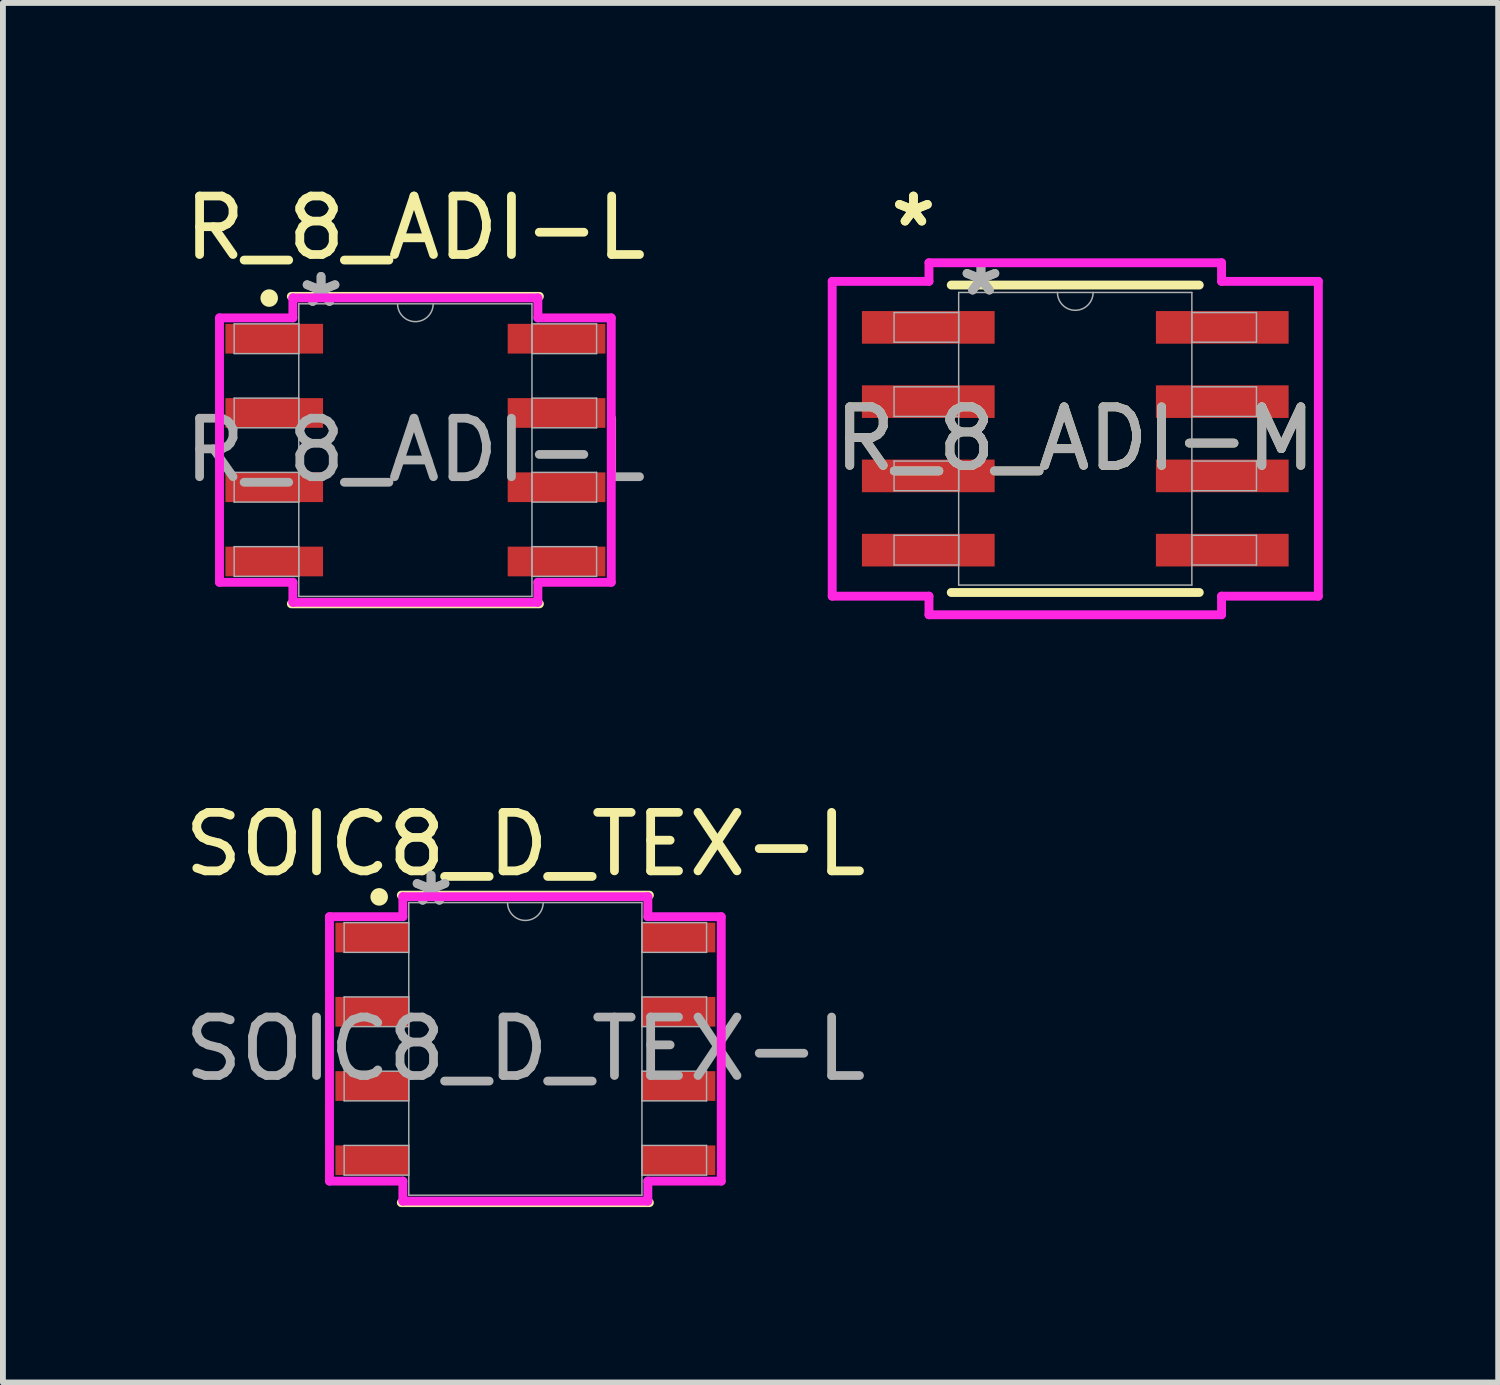
<source format=kicad_pcb>
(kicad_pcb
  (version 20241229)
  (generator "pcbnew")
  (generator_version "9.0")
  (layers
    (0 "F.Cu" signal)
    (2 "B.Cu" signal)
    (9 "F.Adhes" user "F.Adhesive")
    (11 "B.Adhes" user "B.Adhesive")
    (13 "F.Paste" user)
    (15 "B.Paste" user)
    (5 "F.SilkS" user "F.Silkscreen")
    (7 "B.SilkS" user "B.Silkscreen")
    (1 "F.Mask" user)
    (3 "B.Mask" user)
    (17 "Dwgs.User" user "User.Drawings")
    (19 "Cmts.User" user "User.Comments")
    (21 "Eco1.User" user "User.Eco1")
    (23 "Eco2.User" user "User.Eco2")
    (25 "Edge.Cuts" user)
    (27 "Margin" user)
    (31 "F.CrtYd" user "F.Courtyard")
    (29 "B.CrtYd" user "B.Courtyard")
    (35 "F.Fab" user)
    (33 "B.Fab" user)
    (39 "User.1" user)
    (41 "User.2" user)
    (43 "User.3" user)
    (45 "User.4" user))
  (footprint "R_8_ADI-L"
    (layer "F.Cu")
    (at 4.054 4.648)
    (property "Reference" "R_8_ADI-L" (at 0 -3.8 0) (unlocked yes) (layer "F.SilkS") (effects (font (size 1 1) (thickness 0.15))))
    (attr smd)
    (fp_line (start -2.121 2.629) (end 2.121 2.629) (stroke (width 0.152) (type solid)) (layer "F.SilkS"))
    (fp_line (start 2.121 -2.629) (end -2.121 -2.629) (stroke (width 0.152) (type solid)) (layer "F.SilkS"))
    (fp_circle (center -2.5 -2.6) (end -2.4 -2.6) (stroke (width 0.1) (type solid)) (fill yes) (layer "F.SilkS"))
    (fp_line (start -3.35 -2.261) (end -2.095 -2.261) (stroke (width 0.152) (type solid)) (layer "F.CrtYd"))
    (fp_line (start -3.35 2.261) (end -3.35 -2.261) (stroke (width 0.152) (type solid)) (layer "F.CrtYd"))
    (fp_line (start -3.35 2.261) (end -2.095 2.261) (stroke (width 0.152) (type solid)) (layer "F.CrtYd"))
    (fp_line (start -2.095 -2.603) (end 2.095 -2.603) (stroke (width 0.152) (type solid)) (layer "F.CrtYd"))
    (fp_line (start -2.095 -2.261) (end -2.095 -2.603) (stroke (width 0.152) (type solid)) (layer "F.CrtYd"))
    (fp_line (start -2.095 2.603) (end -2.095 2.261) (stroke (width 0.152) (type solid)) (layer "F.CrtYd"))
    (fp_line (start 2.095 -2.603) (end 2.095 -2.261) (stroke (width 0.152) (type solid)) (layer "F.CrtYd"))
    (fp_line (start 2.095 2.261) (end 2.095 2.603) (stroke (width 0.152) (type solid)) (layer "F.CrtYd"))
    (fp_line (start 2.095 2.603) (end -2.095 2.603) (stroke (width 0.152) (type solid)) (layer "F.CrtYd"))
    (fp_line (start 3.35 -2.261) (end 2.095 -2.261) (stroke (width 0.152) (type solid)) (layer "F.CrtYd"))
    (fp_line (start 3.35 -2.261) (end 3.35 2.261) (stroke (width 0.152) (type solid)) (layer "F.CrtYd"))
    (fp_line (start 3.35 2.261) (end 2.095 2.261) (stroke (width 0.152) (type solid)) (layer "F.CrtYd"))
    (fp_line (start -3.099 -2.159) (end -3.099 -1.651) (stroke (width 0.025) (type solid)) (layer "F.Fab"))
    (fp_line (start -3.099 -1.651) (end -1.994 -1.651) (stroke (width 0.025) (type solid)) (layer "F.Fab"))
    (fp_line (start -3.099 -0.889) (end -3.099 -0.381) (stroke (width 0.025) (type solid)) (layer "F.Fab"))
    (fp_line (start -3.099 -0.381) (end -1.994 -0.381) (stroke (width 0.025) (type solid)) (layer "F.Fab"))
    (fp_line (start -3.099 0.381) (end -3.099 0.889) (stroke (width 0.025) (type solid)) (layer "F.Fab"))
    (fp_line (start -3.099 0.889) (end -1.994 0.889) (stroke (width 0.025) (type solid)) (layer "F.Fab"))
    (fp_line (start -3.099 1.651) (end -3.099 2.159) (stroke (width 0.025) (type solid)) (layer "F.Fab"))
    (fp_line (start -3.099 2.159) (end -1.994 2.159) (stroke (width 0.025) (type solid)) (layer "F.Fab"))
    (fp_line (start -1.994 -2.502) (end -1.994 2.502) (stroke (width 0.025) (type solid)) (layer "F.Fab"))
    (fp_line (start -1.994 -2.159) (end -3.099 -2.159) (stroke (width 0.025) (type solid)) (layer "F.Fab"))
    (fp_line (start -1.994 -1.651) (end -1.994 -2.159) (stroke (width 0.025) (type solid)) (layer "F.Fab"))
    (fp_line (start -1.994 -0.889) (end -3.099 -0.889) (stroke (width 0.025) (type solid)) (layer "F.Fab"))
    (fp_line (start -1.994 -0.381) (end -1.994 -0.889) (stroke (width 0.025) (type solid)) (layer "F.Fab"))
    (fp_line (start -1.994 0.381) (end -3.099 0.381) (stroke (width 0.025) (type solid)) (layer "F.Fab"))
    (fp_line (start -1.994 0.889) (end -1.994 0.381) (stroke (width 0.025) (type solid)) (layer "F.Fab"))
    (fp_line (start -1.994 1.651) (end -3.099 1.651) (stroke (width 0.025) (type solid)) (layer "F.Fab"))
    (fp_line (start -1.994 2.159) (end -1.994 1.651) (stroke (width 0.025) (type solid)) (layer "F.Fab"))
    (fp_line (start -1.994 2.502) (end 1.994 2.502) (stroke (width 0.025) (type solid)) (layer "F.Fab"))
    (fp_line (start 1.994 -2.502) (end -1.994 -2.502) (stroke (width 0.025) (type solid)) (layer "F.Fab"))
    (fp_line (start 1.994 -2.159) (end 1.994 -1.651) (stroke (width 0.025) (type solid)) (layer "F.Fab"))
    (fp_line (start 1.994 -1.651) (end 3.099 -1.651) (stroke (width 0.025) (type solid)) (layer "F.Fab"))
    (fp_line (start 1.994 -0.889) (end 1.994 -0.381) (stroke (width 0.025) (type solid)) (layer "F.Fab"))
    (fp_line (start 1.994 -0.381) (end 3.099 -0.381) (stroke (width 0.025) (type solid)) (layer "F.Fab"))
    (fp_line (start 1.994 0.381) (end 1.994 0.889) (stroke (width 0.025) (type solid)) (layer "F.Fab"))
    (fp_line (start 1.994 0.889) (end 3.099 0.889) (stroke (width 0.025) (type solid)) (layer "F.Fab"))
    (fp_line (start 1.994 1.651) (end 1.994 2.159) (stroke (width 0.025) (type solid)) (layer "F.Fab"))
    (fp_line (start 1.994 2.159) (end 3.099 2.159) (stroke (width 0.025) (type solid)) (layer "F.Fab"))
    (fp_line (start 1.994 2.502) (end 1.994 -2.502) (stroke (width 0.025) (type solid)) (layer "F.Fab"))
    (fp_line (start 3.099 -2.159) (end 1.994 -2.159) (stroke (width 0.025) (type solid)) (layer "F.Fab"))
    (fp_line (start 3.099 -1.651) (end 3.099 -2.159) (stroke (width 0.025) (type solid)) (layer "F.Fab"))
    (fp_line (start 3.099 -0.889) (end 1.994 -0.889) (stroke (width 0.025) (type solid)) (layer "F.Fab"))
    (fp_line (start 3.099 -0.381) (end 3.099 -0.889) (stroke (width 0.025) (type solid)) (layer "F.Fab"))
    (fp_line (start 3.099 0.381) (end 1.994 0.381) (stroke (width 0.025) (type solid)) (layer "F.Fab"))
    (fp_line (start 3.099 0.889) (end 3.099 0.381) (stroke (width 0.025) (type solid)) (layer "F.Fab"))
    (fp_line (start 3.099 1.651) (end 1.994 1.651) (stroke (width 0.025) (type solid)) (layer "F.Fab"))
    (fp_line (start 3.099 2.159) (end 3.099 1.651) (stroke (width 0.025) (type solid)) (layer "F.Fab"))
    (fp_arc (start 0.3048 -2.5019) (mid 0 -2.1971) (end -0.3048 -2.5019) (stroke (width 0.0254) (type solid)) (layer "F.Fab"))
    (fp_text user "*" (at -1.613 -2.426 0) (unlocked yes) (layer "F.Fab") (effects (font (size 1 1) (thickness 0.15))))
    (fp_text user "${REFERENCE}" (at 0 0 0) (unlocked yes) (layer "F.Fab") (effects (font (size 1 1) (thickness 0.15))))
    (fp_text user "*" (at -1.613 -2.426 0) (layer "F.Fab") (effects (font (size 1 1) (thickness 0.15))))
    (pad "1" smd rect (at -2.414 -1.905) (size 1.67 0.508) (layers "F.Cu" "F.Mask" "F.Paste"))
    (pad "2" smd rect (at -2.414 -0.635) (size 1.67 0.508) (layers "F.Cu" "F.Mask" "F.Paste"))
    (pad "3" smd rect (at -2.414 0.635) (size 1.67 0.508) (layers "F.Cu" "F.Mask" "F.Paste"))
    (pad "4" smd rect (at -2.414 1.905) (size 1.67 0.508) (layers "F.Cu" "F.Mask" "F.Paste"))
    (pad "5" smd rect (at 2.414 1.905) (size 1.67 0.508) (layers "F.Cu" "F.Mask" "F.Paste"))
    (pad "6" smd rect (at 2.414 0.635) (size 1.67 0.508) (layers "F.Cu" "F.Mask" "F.Paste"))
    (pad "7" smd rect (at 2.414 -0.635) (size 1.67 0.508) (layers "F.Cu" "F.Mask" "F.Paste"))
    (pad "8" smd rect (at 2.414 -1.905) (size 1.67 0.508) (layers "F.Cu" "F.Mask" "F.Paste")))
  (footprint "SOIC8_D_TEX-L"
    (layer "F.Cu")
    (at 5.935 14.889)
    (property "Reference" "SOIC8_D_TEX-L" (at 0 -3.5 0) (unlocked yes) (layer "F.SilkS") (effects (font (size 1 1) (thickness 0.15))))
    (attr smd)
    (fp_line (start -2.121 2.629) (end 2.121 2.629) (stroke (width 0.152) (type solid)) (layer "F.SilkS"))
    (fp_line (start 2.121 -2.629) (end -2.121 -2.629) (stroke (width 0.152) (type solid)) (layer "F.SilkS"))
    (fp_circle (center -2.5 -2.6) (end -2.4 -2.6) (stroke (width 0.1) (type solid)) (fill yes) (layer "F.SilkS"))
    (fp_line (start -3.35 -2.261) (end -2.095 -2.261) (stroke (width 0.152) (type solid)) (layer "F.CrtYd"))
    (fp_line (start -3.35 2.261) (end -3.35 -2.261) (stroke (width 0.152) (type solid)) (layer "F.CrtYd"))
    (fp_line (start -3.35 2.261) (end -2.095 2.261) (stroke (width 0.152) (type solid)) (layer "F.CrtYd"))
    (fp_line (start -2.095 -2.603) (end 2.095 -2.603) (stroke (width 0.152) (type solid)) (layer "F.CrtYd"))
    (fp_line (start -2.095 -2.261) (end -2.095 -2.603) (stroke (width 0.152) (type solid)) (layer "F.CrtYd"))
    (fp_line (start -2.095 2.603) (end -2.095 2.261) (stroke (width 0.152) (type solid)) (layer "F.CrtYd"))
    (fp_line (start 2.095 -2.603) (end 2.095 -2.261) (stroke (width 0.152) (type solid)) (layer "F.CrtYd"))
    (fp_line (start 2.095 2.261) (end 2.095 2.603) (stroke (width 0.152) (type solid)) (layer "F.CrtYd"))
    (fp_line (start 2.095 2.603) (end -2.095 2.603) (stroke (width 0.152) (type solid)) (layer "F.CrtYd"))
    (fp_line (start 3.35 -2.261) (end 2.095 -2.261) (stroke (width 0.152) (type solid)) (layer "F.CrtYd"))
    (fp_line (start 3.35 -2.261) (end 3.35 2.261) (stroke (width 0.152) (type solid)) (layer "F.CrtYd"))
    (fp_line (start 3.35 2.261) (end 2.095 2.261) (stroke (width 0.152) (type solid)) (layer "F.CrtYd"))
    (fp_line (start -3.099 -2.159) (end -3.099 -1.651) (stroke (width 0.025) (type solid)) (layer "F.Fab"))
    (fp_line (start -3.099 -1.651) (end -1.994 -1.651) (stroke (width 0.025) (type solid)) (layer "F.Fab"))
    (fp_line (start -3.099 -0.889) (end -3.099 -0.381) (stroke (width 0.025) (type solid)) (layer "F.Fab"))
    (fp_line (start -3.099 -0.381) (end -1.994 -0.381) (stroke (width 0.025) (type solid)) (layer "F.Fab"))
    (fp_line (start -3.099 0.381) (end -3.099 0.889) (stroke (width 0.025) (type solid)) (layer "F.Fab"))
    (fp_line (start -3.099 0.889) (end -1.994 0.889) (stroke (width 0.025) (type solid)) (layer "F.Fab"))
    (fp_line (start -3.099 1.651) (end -3.099 2.159) (stroke (width 0.025) (type solid)) (layer "F.Fab"))
    (fp_line (start -3.099 2.159) (end -1.994 2.159) (stroke (width 0.025) (type solid)) (layer "F.Fab"))
    (fp_line (start -1.994 -2.502) (end -1.994 2.502) (stroke (width 0.025) (type solid)) (layer "F.Fab"))
    (fp_line (start -1.994 -2.159) (end -3.099 -2.159) (stroke (width 0.025) (type solid)) (layer "F.Fab"))
    (fp_line (start -1.994 -1.651) (end -1.994 -2.159) (stroke (width 0.025) (type solid)) (layer "F.Fab"))
    (fp_line (start -1.994 -0.889) (end -3.099 -0.889) (stroke (width 0.025) (type solid)) (layer "F.Fab"))
    (fp_line (start -1.994 -0.381) (end -1.994 -0.889) (stroke (width 0.025) (type solid)) (layer "F.Fab"))
    (fp_line (start -1.994 0.381) (end -3.099 0.381) (stroke (width 0.025) (type solid)) (layer "F.Fab"))
    (fp_line (start -1.994 0.889) (end -1.994 0.381) (stroke (width 0.025) (type solid)) (layer "F.Fab"))
    (fp_line (start -1.994 1.651) (end -3.099 1.651) (stroke (width 0.025) (type solid)) (layer "F.Fab"))
    (fp_line (start -1.994 2.159) (end -1.994 1.651) (stroke (width 0.025) (type solid)) (layer "F.Fab"))
    (fp_line (start -1.994 2.502) (end 1.994 2.502) (stroke (width 0.025) (type solid)) (layer "F.Fab"))
    (fp_line (start 1.994 -2.502) (end -1.994 -2.502) (stroke (width 0.025) (type solid)) (layer "F.Fab"))
    (fp_line (start 1.994 -2.159) (end 1.994 -1.651) (stroke (width 0.025) (type solid)) (layer "F.Fab"))
    (fp_line (start 1.994 -1.651) (end 3.099 -1.651) (stroke (width 0.025) (type solid)) (layer "F.Fab"))
    (fp_line (start 1.994 -0.889) (end 1.994 -0.381) (stroke (width 0.025) (type solid)) (layer "F.Fab"))
    (fp_line (start 1.994 -0.381) (end 3.099 -0.381) (stroke (width 0.025) (type solid)) (layer "F.Fab"))
    (fp_line (start 1.994 0.381) (end 1.994 0.889) (stroke (width 0.025) (type solid)) (layer "F.Fab"))
    (fp_line (start 1.994 0.889) (end 3.099 0.889) (stroke (width 0.025) (type solid)) (layer "F.Fab"))
    (fp_line (start 1.994 1.651) (end 1.994 2.159) (stroke (width 0.025) (type solid)) (layer "F.Fab"))
    (fp_line (start 1.994 2.159) (end 3.099 2.159) (stroke (width 0.025) (type solid)) (layer "F.Fab"))
    (fp_line (start 1.994 2.502) (end 1.994 -2.502) (stroke (width 0.025) (type solid)) (layer "F.Fab"))
    (fp_line (start 3.099 -2.159) (end 1.994 -2.159) (stroke (width 0.025) (type solid)) (layer "F.Fab"))
    (fp_line (start 3.099 -1.651) (end 3.099 -2.159) (stroke (width 0.025) (type solid)) (layer "F.Fab"))
    (fp_line (start 3.099 -0.889) (end 1.994 -0.889) (stroke (width 0.025) (type solid)) (layer "F.Fab"))
    (fp_line (start 3.099 -0.381) (end 3.099 -0.889) (stroke (width 0.025) (type solid)) (layer "F.Fab"))
    (fp_line (start 3.099 0.381) (end 1.994 0.381) (stroke (width 0.025) (type solid)) (layer "F.Fab"))
    (fp_line (start 3.099 0.889) (end 3.099 0.381) (stroke (width 0.025) (type solid)) (layer "F.Fab"))
    (fp_line (start 3.099 1.651) (end 1.994 1.651) (stroke (width 0.025) (type solid)) (layer "F.Fab"))
    (fp_line (start 3.099 2.159) (end 3.099 1.651) (stroke (width 0.025) (type solid)) (layer "F.Fab"))
    (fp_arc (start 0.3048 -2.5019) (mid 0 -2.1971) (end -0.3048 -2.5019) (stroke (width 0.0254) (type solid)) (layer "F.Fab"))
    (fp_text user "${REFERENCE}" (at 0 0 0) (unlocked yes) (layer "F.Fab") (effects (font (size 1 1) (thickness 0.15))))
    (fp_text user "*" (at -1.613 -2.426 0) (layer "F.Fab") (effects (font (size 1 1) (thickness 0.15))))
    (fp_text user "*" (at -1.613 -2.426 0) (unlocked yes) (layer "F.Fab") (effects (font (size 1 1) (thickness 0.15))))
    (pad "1" smd rect (at -2.621 -1.905) (size 1.255 0.508) (layers "F.Cu" "F.Mask" "F.Paste"))
    (pad "2" smd rect (at -2.621 -0.635) (size 1.255 0.508) (layers "F.Cu" "F.Mask" "F.Paste"))
    (pad "3" smd rect (at -2.621 0.635) (size 1.255 0.508) (layers "F.Cu" "F.Mask" "F.Paste"))
    (pad "4" smd rect (at -2.621 1.905) (size 1.255 0.508) (layers "F.Cu" "F.Mask" "F.Paste"))
    (pad "5" smd rect (at 2.621 1.905) (size 1.255 0.508) (layers "F.Cu" "F.Mask" "F.Paste"))
    (pad "6" smd rect (at 2.621 0.635) (size 1.255 0.508) (layers "F.Cu" "F.Mask" "F.Paste"))
    (pad "7" smd rect (at 2.621 -0.635) (size 1.255 0.508) (layers "F.Cu" "F.Mask" "F.Paste"))
    (pad "8" smd rect (at 2.621 -1.905) (size 1.255 0.508) (layers "F.Cu" "F.Mask" "F.Paste")))
  (footprint "R_8_ADI-M"
    (layer "F.Cu")
    (at 15.34 4.454)
    (property "Reference" "R_8_ADI-M" (at 0 0 0) (unlocked yes) (layer "F.SilkS") (effects (font (size 1 1) (thickness 0.15))))
    (attr smd)
    (fp_line (start -2.121 2.629) (end 2.121 2.629) (stroke (width 0.152) (type solid)) (layer "F.SilkS"))
    (fp_line (start 2.121 -2.629) (end -2.121 -2.629) (stroke (width 0.152) (type solid)) (layer "F.SilkS"))
    (fp_line (start -4.157 -2.692) (end -2.502 -2.692) (stroke (width 0.152) (type solid)) (layer "F.CrtYd"))
    (fp_line (start -4.157 2.692) (end -4.157 -2.692) (stroke (width 0.152) (type solid)) (layer "F.CrtYd"))
    (fp_line (start -4.157 2.692) (end -2.502 2.692) (stroke (width 0.152) (type solid)) (layer "F.CrtYd"))
    (fp_line (start -2.502 -3.01) (end 2.502 -3.01) (stroke (width 0.152) (type solid)) (layer "F.CrtYd"))
    (fp_line (start -2.502 -2.692) (end -2.502 -3.01) (stroke (width 0.152) (type solid)) (layer "F.CrtYd"))
    (fp_line (start -2.502 3.01) (end -2.502 2.692) (stroke (width 0.152) (type solid)) (layer "F.CrtYd"))
    (fp_line (start 2.502 -3.01) (end 2.502 -2.692) (stroke (width 0.152) (type solid)) (layer "F.CrtYd"))
    (fp_line (start 2.502 2.692) (end 2.502 3.01) (stroke (width 0.152) (type solid)) (layer "F.CrtYd"))
    (fp_line (start 2.502 3.01) (end -2.502 3.01) (stroke (width 0.152) (type solid)) (layer "F.CrtYd"))
    (fp_line (start 4.157 -2.692) (end 2.502 -2.692) (stroke (width 0.152) (type solid)) (layer "F.CrtYd"))
    (fp_line (start 4.157 -2.692) (end 4.157 2.692) (stroke (width 0.152) (type solid)) (layer "F.CrtYd"))
    (fp_line (start 4.157 2.692) (end 2.502 2.692) (stroke (width 0.152) (type solid)) (layer "F.CrtYd"))
    (fp_line (start -3.099 -2.159) (end -3.099 -1.651) (stroke (width 0.025) (type solid)) (layer "F.Fab"))
    (fp_line (start -3.099 -1.651) (end -1.994 -1.651) (stroke (width 0.025) (type solid)) (layer "F.Fab"))
    (fp_line (start -3.099 -0.889) (end -3.099 -0.381) (stroke (width 0.025) (type solid)) (layer "F.Fab"))
    (fp_line (start -3.099 -0.381) (end -1.994 -0.381) (stroke (width 0.025) (type solid)) (layer "F.Fab"))
    (fp_line (start -3.099 0.381) (end -3.099 0.889) (stroke (width 0.025) (type solid)) (layer "F.Fab"))
    (fp_line (start -3.099 0.889) (end -1.994 0.889) (stroke (width 0.025) (type solid)) (layer "F.Fab"))
    (fp_line (start -3.099 1.651) (end -3.099 2.159) (stroke (width 0.025) (type solid)) (layer "F.Fab"))
    (fp_line (start -3.099 2.159) (end -1.994 2.159) (stroke (width 0.025) (type solid)) (layer "F.Fab"))
    (fp_line (start -1.994 -2.502) (end -1.994 2.502) (stroke (width 0.025) (type solid)) (layer "F.Fab"))
    (fp_line (start -1.994 -2.159) (end -3.099 -2.159) (stroke (width 0.025) (type solid)) (layer "F.Fab"))
    (fp_line (start -1.994 -1.651) (end -1.994 -2.159) (stroke (width 0.025) (type solid)) (layer "F.Fab"))
    (fp_line (start -1.994 -0.889) (end -3.099 -0.889) (stroke (width 0.025) (type solid)) (layer "F.Fab"))
    (fp_line (start -1.994 -0.381) (end -1.994 -0.889) (stroke (width 0.025) (type solid)) (layer "F.Fab"))
    (fp_line (start -1.994 0.381) (end -3.099 0.381) (stroke (width 0.025) (type solid)) (layer "F.Fab"))
    (fp_line (start -1.994 0.889) (end -1.994 0.381) (stroke (width 0.025) (type solid)) (layer "F.Fab"))
    (fp_line (start -1.994 1.651) (end -3.099 1.651) (stroke (width 0.025) (type solid)) (layer "F.Fab"))
    (fp_line (start -1.994 2.159) (end -1.994 1.651) (stroke (width 0.025) (type solid)) (layer "F.Fab"))
    (fp_line (start -1.994 2.502) (end 1.994 2.502) (stroke (width 0.025) (type solid)) (layer "F.Fab"))
    (fp_line (start 1.994 -2.502) (end -1.994 -2.502) (stroke (width 0.025) (type solid)) (layer "F.Fab"))
    (fp_line (start 1.994 -2.159) (end 1.994 -1.651) (stroke (width 0.025) (type solid)) (layer "F.Fab"))
    (fp_line (start 1.994 -1.651) (end 3.099 -1.651) (stroke (width 0.025) (type solid)) (layer "F.Fab"))
    (fp_line (start 1.994 -0.889) (end 1.994 -0.381) (stroke (width 0.025) (type solid)) (layer "F.Fab"))
    (fp_line (start 1.994 -0.381) (end 3.099 -0.381) (stroke (width 0.025) (type solid)) (layer "F.Fab"))
    (fp_line (start 1.994 0.381) (end 1.994 0.889) (stroke (width 0.025) (type solid)) (layer "F.Fab"))
    (fp_line (start 1.994 0.889) (end 3.099 0.889) (stroke (width 0.025) (type solid)) (layer "F.Fab"))
    (fp_line (start 1.994 1.651) (end 1.994 2.159) (stroke (width 0.025) (type solid)) (layer "F.Fab"))
    (fp_line (start 1.994 2.159) (end 3.099 2.159) (stroke (width 0.025) (type solid)) (layer "F.Fab"))
    (fp_line (start 1.994 2.502) (end 1.994 -2.502) (stroke (width 0.025) (type solid)) (layer "F.Fab"))
    (fp_line (start 3.099 -2.159) (end 1.994 -2.159) (stroke (width 0.025) (type solid)) (layer "F.Fab"))
    (fp_line (start 3.099 -1.651) (end 3.099 -2.159) (stroke (width 0.025) (type solid)) (layer "F.Fab"))
    (fp_line (start 3.099 -0.889) (end 1.994 -0.889) (stroke (width 0.025) (type solid)) (layer "F.Fab"))
    (fp_line (start 3.099 -0.381) (end 3.099 -0.889) (stroke (width 0.025) (type solid)) (layer "F.Fab"))
    (fp_line (start 3.099 0.381) (end 1.994 0.381) (stroke (width 0.025) (type solid)) (layer "F.Fab"))
    (fp_line (start 3.099 0.889) (end 3.099 0.381) (stroke (width 0.025) (type solid)) (layer "F.Fab"))
    (fp_line (start 3.099 1.651) (end 1.994 1.651) (stroke (width 0.025) (type solid)) (layer "F.Fab"))
    (fp_line (start 3.099 2.159) (end 3.099 1.651) (stroke (width 0.025) (type solid)) (layer "F.Fab"))
    (fp_arc (start 0.3048 -2.5019) (mid 0 -2.1971) (end -0.3048 -2.5019) (stroke (width 0.0254) (type solid)) (layer "F.Fab"))
    (fp_text user "*" (at -2.768 -3.606 0) (layer "F.SilkS") (effects (font (size 1 1) (thickness 0.15))))
    (fp_text user "*" (at -2.768 -3.606 0) (unlocked yes) (layer "F.SilkS") (effects (font (size 1 1) (thickness 0.15))))
    (fp_text user "${REFERENCE}" (at 0 0 0) (unlocked yes) (layer "F.Fab") (effects (font (size 1 1) (thickness 0.15))))
    (fp_text user "*" (at -1.613 -2.426 0) (layer "F.Fab") (effects (font (size 1 1) (thickness 0.15))))
    (fp_text user "*" (at -1.613 -2.426 0) (unlocked yes) (layer "F.Fab") (effects (font (size 1 1) (thickness 0.15))))
    (pad "1" smd rect (at -2.514 -1.905) (size 2.27 0.558) (layers "F.Cu" "F.Mask" "F.Paste"))
    (pad "2" smd rect (at -2.514 -0.635) (size 2.27 0.558) (layers "F.Cu" "F.Mask" "F.Paste"))
    (pad "3" smd rect (at -2.514 0.635) (size 2.27 0.558) (layers "F.Cu" "F.Mask" "F.Paste"))
    (pad "4" smd rect (at -2.514 1.905) (size 2.27 0.558) (layers "F.Cu" "F.Mask" "F.Paste"))
    (pad "5" smd rect (at 2.514 1.905) (size 2.27 0.558) (layers "F.Cu" "F.Mask" "F.Paste"))
    (pad "6" smd rect (at 2.514 0.635) (size 2.27 0.558) (layers "F.Cu" "F.Mask" "F.Paste"))
    (pad "7" smd rect (at 2.514 -0.635) (size 2.27 0.558) (layers "F.Cu" "F.Mask" "F.Paste"))
    (pad "8" smd rect (at 2.514 -1.905) (size 2.27 0.558) (layers "F.Cu" "F.Mask" "F.Paste")))
  (gr_rect
    (start -3 -3)
    (end 22.573 20.594)
    (stroke (width 0.1) (type default))
    (fill no)
    (layer "Edge.Cuts")))
</source>
